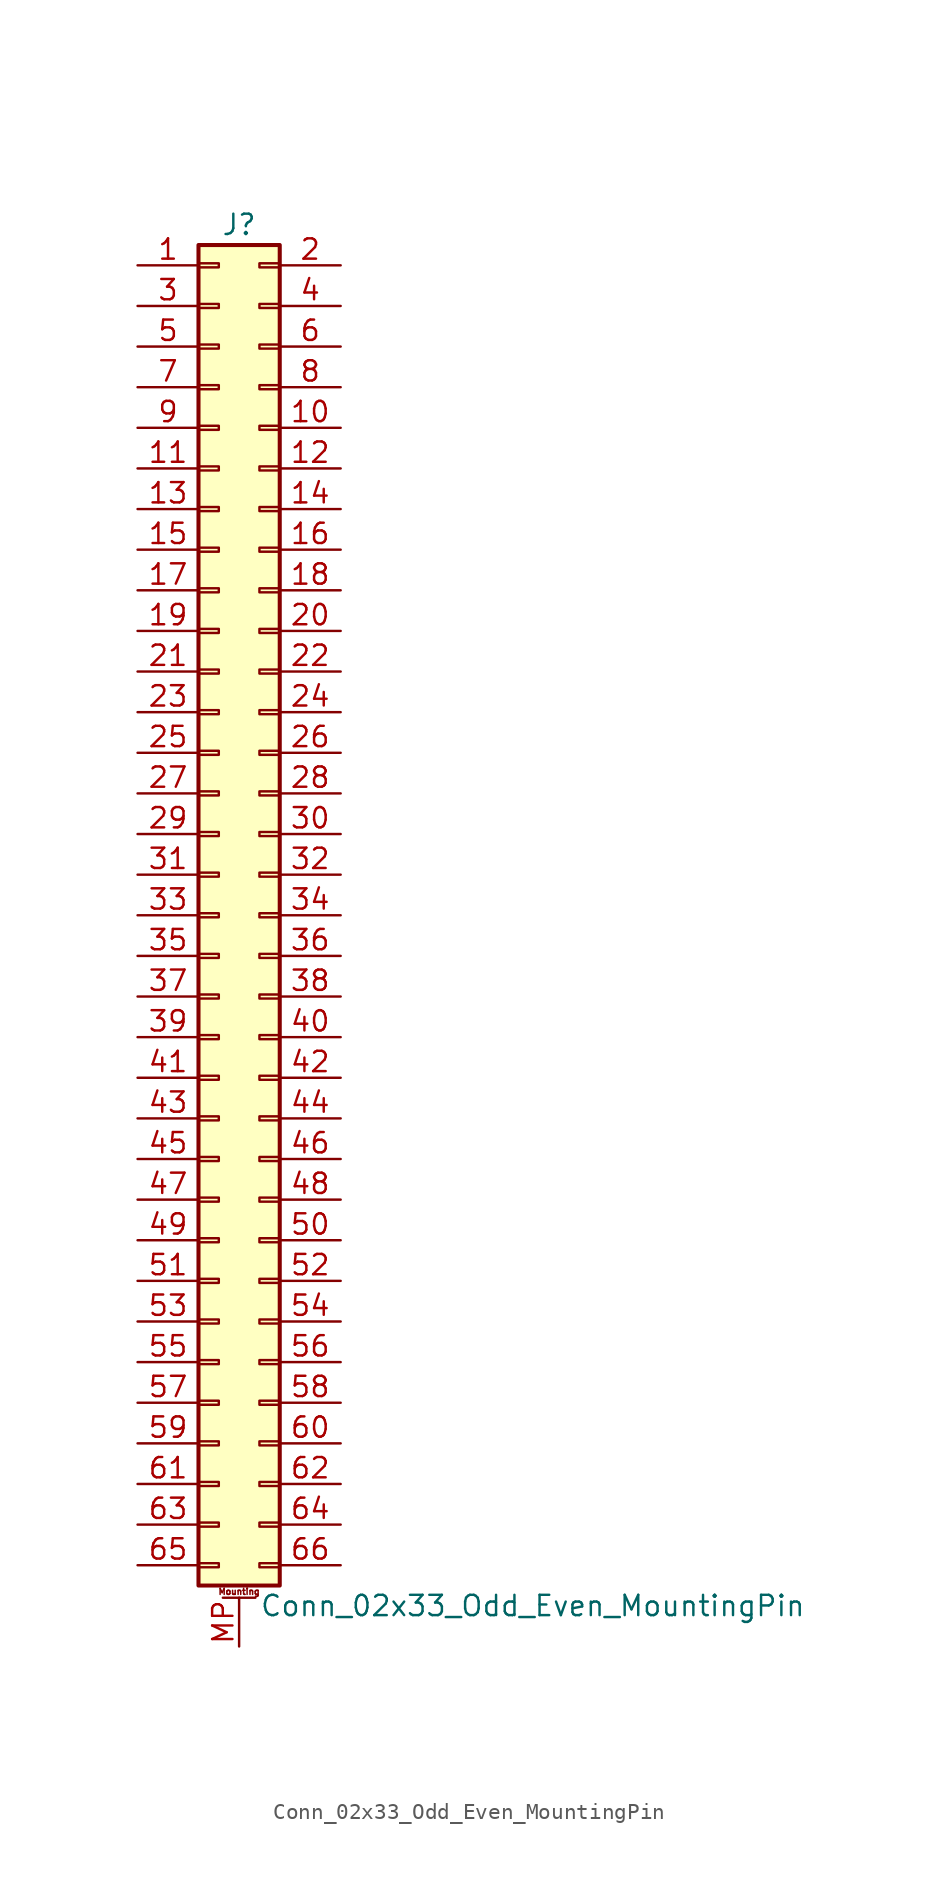
<source format=kicad_sym>
(kicad_symbol_lib
  (version 20201005)
  (generator kicad_symbol_editor)
  (symbol "Conn_02x33_Odd_Even_MountingPin"
    (pin_names
      (offset 1.016) hide)
    (property "Reference" "J"
      (at 1.27 43.18 0)
      (effects (font (size 1.27 1.27))))
    (property "Value" "Conn_02x33_Odd_Even_MountingPin"
      (at 2.54 -43.18 0)
      (effects (font (size 1.27 1.27)) (justify left)))
    (symbol "Conn_02x33_Odd_Even_MountingPin_1_1"
      (text "Mounting" (at 1.27 -42.291 0) (effects (font (size 0.381 0.381))))
      (rectangle (start -1.27 -40.513) (end 0 -40.767) (stroke (width 0.152)) (fill (type none)))
      (rectangle (start -1.27 -37.973) (end 0 -38.227) (stroke (width 0.152)) (fill (type none)))
      (rectangle (start -1.27 -35.433) (end 0 -35.687) (stroke (width 0.152)) (fill (type none)))
      (rectangle (start -1.27 -32.893) (end 0 -33.147) (stroke (width 0.152)) (fill (type none)))
      (rectangle (start -1.27 -30.353) (end 0 -30.607) (stroke (width 0.152)) (fill (type none)))
      (rectangle (start -1.27 -27.813) (end 0 -28.067) (stroke (width 0.152)) (fill (type none)))
      (rectangle (start -1.27 -25.273) (end 0 -25.527) (stroke (width 0.152)) (fill (type none)))
      (rectangle (start -1.27 -22.733) (end 0 -22.987) (stroke (width 0.152)) (fill (type none)))
      (rectangle (start -1.27 -20.193) (end 0 -20.447) (stroke (width 0.152)) (fill (type none)))
      (rectangle (start -1.27 -17.653) (end 0 -17.907) (stroke (width 0.152)) (fill (type none)))
      (rectangle (start -1.27 -15.113) (end 0 -15.367) (stroke (width 0.152)) (fill (type none)))
      (rectangle (start -1.27 -12.573) (end 0 -12.827) (stroke (width 0.152)) (fill (type none)))
      (rectangle (start -1.27 -10.033) (end 0 -10.287) (stroke (width 0.152)) (fill (type none)))
      (rectangle (start -1.27 -7.493) (end 0 -7.747) (stroke (width 0.152)) (fill (type none)))
      (rectangle (start -1.27 -4.953) (end 0 -5.207) (stroke (width 0.152)) (fill (type none)))
      (rectangle (start -1.27 -2.413) (end 0 -2.667) (stroke (width 0.152)) (fill (type none)))
      (rectangle (start -1.27 0.127) (end 0 -0.127) (stroke (width 0.152)) (fill (type none)))
      (rectangle (start -1.27 2.667) (end 0 2.413) (stroke (width 0.152)) (fill (type none)))
      (rectangle (start -1.27 5.207) (end 0 4.953) (stroke (width 0.152)) (fill (type none)))
      (rectangle (start -1.27 7.747) (end 0 7.493) (stroke (width 0.152)) (fill (type none)))
      (rectangle (start -1.27 10.287) (end 0 10.033) (stroke (width 0.152)) (fill (type none)))
      (rectangle (start -1.27 12.827) (end 0 12.573) (stroke (width 0.152)) (fill (type none)))
      (rectangle (start -1.27 15.367) (end 0 15.113) (stroke (width 0.152)) (fill (type none)))
      (rectangle (start -1.27 17.907) (end 0 17.653) (stroke (width 0.152)) (fill (type none)))
      (rectangle (start -1.27 20.447) (end 0 20.193) (stroke (width 0.152)) (fill (type none)))
      (rectangle (start -1.27 22.987) (end 0 22.733) (stroke (width 0.152)) (fill (type none)))
      (rectangle (start -1.27 25.527) (end 0 25.273) (stroke (width 0.152)) (fill (type none)))
      (rectangle (start -1.27 28.067) (end 0 27.813) (stroke (width 0.152)) (fill (type none)))
      (rectangle (start -1.27 30.607) (end 0 30.353) (stroke (width 0.152)) (fill (type none)))
      (rectangle (start -1.27 33.147) (end 0 32.893) (stroke (width 0.152)) (fill (type none)))
      (rectangle (start -1.27 35.687) (end 0 35.433) (stroke (width 0.152)) (fill (type none)))
      (rectangle (start -1.27 38.227) (end 0 37.973) (stroke (width 0.152)) (fill (type none)))
      (rectangle (start -1.27 40.767) (end 0 40.513) (stroke (width 0.152)) (fill (type none)))
      (rectangle (start -1.27 41.91) (end 3.81 -41.91) (stroke (width 0.254)) (fill (type background)))
      (rectangle (start 3.81 -40.513) (end 2.54 -40.767) (stroke (width 0.152)) (fill (type none)))
      (rectangle (start 3.81 -37.973) (end 2.54 -38.227) (stroke (width 0.152)) (fill (type none)))
      (rectangle (start 3.81 -35.433) (end 2.54 -35.687) (stroke (width 0.152)) (fill (type none)))
      (rectangle (start 3.81 -32.893) (end 2.54 -33.147) (stroke (width 0.152)) (fill (type none)))
      (rectangle (start 3.81 -30.353) (end 2.54 -30.607) (stroke (width 0.152)) (fill (type none)))
      (rectangle (start 3.81 -27.813) (end 2.54 -28.067) (stroke (width 0.152)) (fill (type none)))
      (rectangle (start 3.81 -25.273) (end 2.54 -25.527) (stroke (width 0.152)) (fill (type none)))
      (rectangle (start 3.81 -22.733) (end 2.54 -22.987) (stroke (width 0.152)) (fill (type none)))
      (rectangle (start 3.81 -20.193) (end 2.54 -20.447) (stroke (width 0.152)) (fill (type none)))
      (rectangle (start 3.81 -17.653) (end 2.54 -17.907) (stroke (width 0.152)) (fill (type none)))
      (rectangle (start 3.81 -15.113) (end 2.54 -15.367) (stroke (width 0.152)) (fill (type none)))
      (rectangle (start 3.81 -12.573) (end 2.54 -12.827) (stroke (width 0.152)) (fill (type none)))
      (rectangle (start 3.81 -10.033) (end 2.54 -10.287) (stroke (width 0.152)) (fill (type none)))
      (rectangle (start 3.81 -7.493) (end 2.54 -7.747) (stroke (width 0.152)) (fill (type none)))
      (rectangle (start 3.81 -4.953) (end 2.54 -5.207) (stroke (width 0.152)) (fill (type none)))
      (rectangle (start 3.81 -2.413) (end 2.54 -2.667) (stroke (width 0.152)) (fill (type none)))
      (rectangle (start 3.81 0.127) (end 2.54 -0.127) (stroke (width 0.152)) (fill (type none)))
      (rectangle (start 3.81 2.667) (end 2.54 2.413) (stroke (width 0.152)) (fill (type none)))
      (rectangle (start 3.81 5.207) (end 2.54 4.953) (stroke (width 0.152)) (fill (type none)))
      (rectangle (start 3.81 7.747) (end 2.54 7.493) (stroke (width 0.152)) (fill (type none)))
      (rectangle (start 3.81 10.287) (end 2.54 10.033) (stroke (width 0.152)) (fill (type none)))
      (rectangle (start 3.81 12.827) (end 2.54 12.573) (stroke (width 0.152)) (fill (type none)))
      (rectangle (start 3.81 15.367) (end 2.54 15.113) (stroke (width 0.152)) (fill (type none)))
      (rectangle (start 3.81 17.907) (end 2.54 17.653) (stroke (width 0.152)) (fill (type none)))
      (rectangle (start 3.81 20.447) (end 2.54 20.193) (stroke (width 0.152)) (fill (type none)))
      (rectangle (start 3.81 22.987) (end 2.54 22.733) (stroke (width 0.152)) (fill (type none)))
      (rectangle (start 3.81 25.527) (end 2.54 25.273) (stroke (width 0.152)) (fill (type none)))
      (rectangle (start 3.81 28.067) (end 2.54 27.813) (stroke (width 0.152)) (fill (type none)))
      (rectangle (start 3.81 30.607) (end 2.54 30.353) (stroke (width 0.152)) (fill (type none)))
      (rectangle (start 3.81 33.147) (end 2.54 32.893) (stroke (width 0.152)) (fill (type none)))
      (rectangle (start 3.81 35.687) (end 2.54 35.433) (stroke (width 0.152)) (fill (type none)))
      (rectangle (start 3.81 38.227) (end 2.54 37.973) (stroke (width 0.152)) (fill (type none)))
      (rectangle (start 3.81 40.767) (end 2.54 40.513) (stroke (width 0.152)) (fill (type none)))
      (polyline (pts (xy 0.254 -42.672) (xy 2.286 -42.672)) (stroke (width 0.152)) (fill (type none)))
      (pin passive line (at -5.08 40.64 0) (length 3.81) (name "Pin_1" (effects (font (size 1.27 1.27)))) (number "1" (effects (font (size 1.27 1.27)))))
      (pin passive line (at 7.62 30.48 180) (length 3.81) (name "Pin_10" (effects (font (size 1.27 1.27)))) (number "10" (effects (font (size 1.27 1.27)))))
      (pin passive line (at -5.08 27.94 0) (length 3.81) (name "Pin_11" (effects (font (size 1.27 1.27)))) (number "11" (effects (font (size 1.27 1.27)))))
      (pin passive line (at 7.62 27.94 180) (length 3.81) (name "Pin_12" (effects (font (size 1.27 1.27)))) (number "12" (effects (font (size 1.27 1.27)))))
      (pin passive line (at -5.08 25.4 0) (length 3.81) (name "Pin_13" (effects (font (size 1.27 1.27)))) (number "13" (effects (font (size 1.27 1.27)))))
      (pin passive line (at 7.62 25.4 180) (length 3.81) (name "Pin_14" (effects (font (size 1.27 1.27)))) (number "14" (effects (font (size 1.27 1.27)))))
      (pin passive line (at -5.08 22.86 0) (length 3.81) (name "Pin_15" (effects (font (size 1.27 1.27)))) (number "15" (effects (font (size 1.27 1.27)))))
      (pin passive line (at 7.62 22.86 180) (length 3.81) (name "Pin_16" (effects (font (size 1.27 1.27)))) (number "16" (effects (font (size 1.27 1.27)))))
      (pin passive line (at -5.08 20.32 0) (length 3.81) (name "Pin_17" (effects (font (size 1.27 1.27)))) (number "17" (effects (font (size 1.27 1.27)))))
      (pin passive line (at 7.62 20.32 180) (length 3.81) (name "Pin_18" (effects (font (size 1.27 1.27)))) (number "18" (effects (font (size 1.27 1.27)))))
      (pin passive line (at -5.08 17.78 0) (length 3.81) (name "Pin_19" (effects (font (size 1.27 1.27)))) (number "19" (effects (font (size 1.27 1.27)))))
      (pin passive line (at 7.62 40.64 180) (length 3.81) (name "Pin_2" (effects (font (size 1.27 1.27)))) (number "2" (effects (font (size 1.27 1.27)))))
      (pin passive line (at 7.62 17.78 180) (length 3.81) (name "Pin_20" (effects (font (size 1.27 1.27)))) (number "20" (effects (font (size 1.27 1.27)))))
      (pin passive line (at -5.08 15.24 0) (length 3.81) (name "Pin_21" (effects (font (size 1.27 1.27)))) (number "21" (effects (font (size 1.27 1.27)))))
      (pin passive line (at 7.62 15.24 180) (length 3.81) (name "Pin_22" (effects (font (size 1.27 1.27)))) (number "22" (effects (font (size 1.27 1.27)))))
      (pin passive line (at -5.08 12.7 0) (length 3.81) (name "Pin_23" (effects (font (size 1.27 1.27)))) (number "23" (effects (font (size 1.27 1.27)))))
      (pin passive line (at 7.62 12.7 180) (length 3.81) (name "Pin_24" (effects (font (size 1.27 1.27)))) (number "24" (effects (font (size 1.27 1.27)))))
      (pin passive line (at -5.08 10.16 0) (length 3.81) (name "Pin_25" (effects (font (size 1.27 1.27)))) (number "25" (effects (font (size 1.27 1.27)))))
      (pin passive line (at 7.62 10.16 180) (length 3.81) (name "Pin_26" (effects (font (size 1.27 1.27)))) (number "26" (effects (font (size 1.27 1.27)))))
      (pin passive line (at -5.08 7.62 0) (length 3.81) (name "Pin_27" (effects (font (size 1.27 1.27)))) (number "27" (effects (font (size 1.27 1.27)))))
      (pin passive line (at 7.62 7.62 180) (length 3.81) (name "Pin_28" (effects (font (size 1.27 1.27)))) (number "28" (effects (font (size 1.27 1.27)))))
      (pin passive line (at -5.08 5.08 0) (length 3.81) (name "Pin_29" (effects (font (size 1.27 1.27)))) (number "29" (effects (font (size 1.27 1.27)))))
      (pin passive line (at -5.08 38.1 0) (length 3.81) (name "Pin_3" (effects (font (size 1.27 1.27)))) (number "3" (effects (font (size 1.27 1.27)))))
      (pin passive line (at 7.62 5.08 180) (length 3.81) (name "Pin_30" (effects (font (size 1.27 1.27)))) (number "30" (effects (font (size 1.27 1.27)))))
      (pin passive line (at -5.08 2.54 0) (length 3.81) (name "Pin_31" (effects (font (size 1.27 1.27)))) (number "31" (effects (font (size 1.27 1.27)))))
      (pin passive line (at 7.62 2.54 180) (length 3.81) (name "Pin_32" (effects (font (size 1.27 1.27)))) (number "32" (effects (font (size 1.27 1.27)))))
      (pin passive line (at -5.08 0 0) (length 3.81) (name "Pin_33" (effects (font (size 1.27 1.27)))) (number "33" (effects (font (size 1.27 1.27)))))
      (pin passive line (at 7.62 0 180) (length 3.81) (name "Pin_34" (effects (font (size 1.27 1.27)))) (number "34" (effects (font (size 1.27 1.27)))))
      (pin passive line (at -5.08 -2.54 0) (length 3.81) (name "Pin_35" (effects (font (size 1.27 1.27)))) (number "35" (effects (font (size 1.27 1.27)))))
      (pin passive line (at 7.62 -2.54 180) (length 3.81) (name "Pin_36" (effects (font (size 1.27 1.27)))) (number "36" (effects (font (size 1.27 1.27)))))
      (pin passive line (at -5.08 -5.08 0) (length 3.81) (name "Pin_37" (effects (font (size 1.27 1.27)))) (number "37" (effects (font (size 1.27 1.27)))))
      (pin passive line (at 7.62 -5.08 180) (length 3.81) (name "Pin_38" (effects (font (size 1.27 1.27)))) (number "38" (effects (font (size 1.27 1.27)))))
      (pin passive line (at -5.08 -7.62 0) (length 3.81) (name "Pin_39" (effects (font (size 1.27 1.27)))) (number "39" (effects (font (size 1.27 1.27)))))
      (pin passive line (at 7.62 38.1 180) (length 3.81) (name "Pin_4" (effects (font (size 1.27 1.27)))) (number "4" (effects (font (size 1.27 1.27)))))
      (pin passive line (at 7.62 -7.62 180) (length 3.81) (name "Pin_40" (effects (font (size 1.27 1.27)))) (number "40" (effects (font (size 1.27 1.27)))))
      (pin passive line (at -5.08 -10.16 0) (length 3.81) (name "Pin_41" (effects (font (size 1.27 1.27)))) (number "41" (effects (font (size 1.27 1.27)))))
      (pin passive line (at 7.62 -10.16 180) (length 3.81) (name "Pin_42" (effects (font (size 1.27 1.27)))) (number "42" (effects (font (size 1.27 1.27)))))
      (pin passive line (at -5.08 -12.7 0) (length 3.81) (name "Pin_43" (effects (font (size 1.27 1.27)))) (number "43" (effects (font (size 1.27 1.27)))))
      (pin passive line (at 7.62 -12.7 180) (length 3.81) (name "Pin_44" (effects (font (size 1.27 1.27)))) (number "44" (effects (font (size 1.27 1.27)))))
      (pin passive line (at -5.08 -15.24 0) (length 3.81) (name "Pin_45" (effects (font (size 1.27 1.27)))) (number "45" (effects (font (size 1.27 1.27)))))
      (pin passive line (at 7.62 -15.24 180) (length 3.81) (name "Pin_46" (effects (font (size 1.27 1.27)))) (number "46" (effects (font (size 1.27 1.27)))))
      (pin passive line (at -5.08 -17.78 0) (length 3.81) (name "Pin_47" (effects (font (size 1.27 1.27)))) (number "47" (effects (font (size 1.27 1.27)))))
      (pin passive line (at 7.62 -17.78 180) (length 3.81) (name "Pin_48" (effects (font (size 1.27 1.27)))) (number "48" (effects (font (size 1.27 1.27)))))
      (pin passive line (at -5.08 -20.32 0) (length 3.81) (name "Pin_49" (effects (font (size 1.27 1.27)))) (number "49" (effects (font (size 1.27 1.27)))))
      (pin passive line (at -5.08 35.56 0) (length 3.81) (name "Pin_5" (effects (font (size 1.27 1.27)))) (number "5" (effects (font (size 1.27 1.27)))))
      (pin passive line (at 7.62 -20.32 180) (length 3.81) (name "Pin_50" (effects (font (size 1.27 1.27)))) (number "50" (effects (font (size 1.27 1.27)))))
      (pin passive line (at -5.08 -22.86 0) (length 3.81) (name "Pin_51" (effects (font (size 1.27 1.27)))) (number "51" (effects (font (size 1.27 1.27)))))
      (pin passive line (at 7.62 -22.86 180) (length 3.81) (name "Pin_52" (effects (font (size 1.27 1.27)))) (number "52" (effects (font (size 1.27 1.27)))))
      (pin passive line (at -5.08 -25.4 0) (length 3.81) (name "Pin_53" (effects (font (size 1.27 1.27)))) (number "53" (effects (font (size 1.27 1.27)))))
      (pin passive line (at 7.62 -25.4 180) (length 3.81) (name "Pin_54" (effects (font (size 1.27 1.27)))) (number "54" (effects (font (size 1.27 1.27)))))
      (pin passive line (at -5.08 -27.94 0) (length 3.81) (name "Pin_55" (effects (font (size 1.27 1.27)))) (number "55" (effects (font (size 1.27 1.27)))))
      (pin passive line (at 7.62 -27.94 180) (length 3.81) (name "Pin_56" (effects (font (size 1.27 1.27)))) (number "56" (effects (font (size 1.27 1.27)))))
      (pin passive line (at -5.08 -30.48 0) (length 3.81) (name "Pin_57" (effects (font (size 1.27 1.27)))) (number "57" (effects (font (size 1.27 1.27)))))
      (pin passive line (at 7.62 -30.48 180) (length 3.81) (name "Pin_58" (effects (font (size 1.27 1.27)))) (number "58" (effects (font (size 1.27 1.27)))))
      (pin passive line (at -5.08 -33.02 0) (length 3.81) (name "Pin_59" (effects (font (size 1.27 1.27)))) (number "59" (effects (font (size 1.27 1.27)))))
      (pin passive line (at 7.62 35.56 180) (length 3.81) (name "Pin_6" (effects (font (size 1.27 1.27)))) (number "6" (effects (font (size 1.27 1.27)))))
      (pin passive line (at 7.62 -33.02 180) (length 3.81) (name "Pin_60" (effects (font (size 1.27 1.27)))) (number "60" (effects (font (size 1.27 1.27)))))
      (pin passive line (at -5.08 -35.56 0) (length 3.81) (name "Pin_61" (effects (font (size 1.27 1.27)))) (number "61" (effects (font (size 1.27 1.27)))))
      (pin passive line (at 7.62 -35.56 180) (length 3.81) (name "Pin_62" (effects (font (size 1.27 1.27)))) (number "62" (effects (font (size 1.27 1.27)))))
      (pin passive line (at -5.08 -38.1 0) (length 3.81) (name "Pin_63" (effects (font (size 1.27 1.27)))) (number "63" (effects (font (size 1.27 1.27)))))
      (pin passive line (at 7.62 -38.1 180) (length 3.81) (name "Pin_64" (effects (font (size 1.27 1.27)))) (number "64" (effects (font (size 1.27 1.27)))))
      (pin passive line (at -5.08 -40.64 0) (length 3.81) (name "Pin_65" (effects (font (size 1.27 1.27)))) (number "65" (effects (font (size 1.27 1.27)))))
      (pin passive line (at 7.62 -40.64 180) (length 3.81) (name "Pin_66" (effects (font (size 1.27 1.27)))) (number "66" (effects (font (size 1.27 1.27)))))
      (pin passive line (at -5.08 33.02 0) (length 3.81) (name "Pin_7" (effects (font (size 1.27 1.27)))) (number "7" (effects (font (size 1.27 1.27)))))
      (pin passive line (at 7.62 33.02 180) (length 3.81) (name "Pin_8" (effects (font (size 1.27 1.27)))) (number "8" (effects (font (size 1.27 1.27)))))
      (pin passive line (at -5.08 30.48 0) (length 3.81) (name "Pin_9" (effects (font (size 1.27 1.27)))) (number "9" (effects (font (size 1.27 1.27)))))
      (pin passive line (at 1.27 -45.72 90) (length 3.048) (name "MountPin" (effects (font (size 1.27 1.27)))) (number "MP" (effects (font (size 1.27 1.27))))))))
</source>
